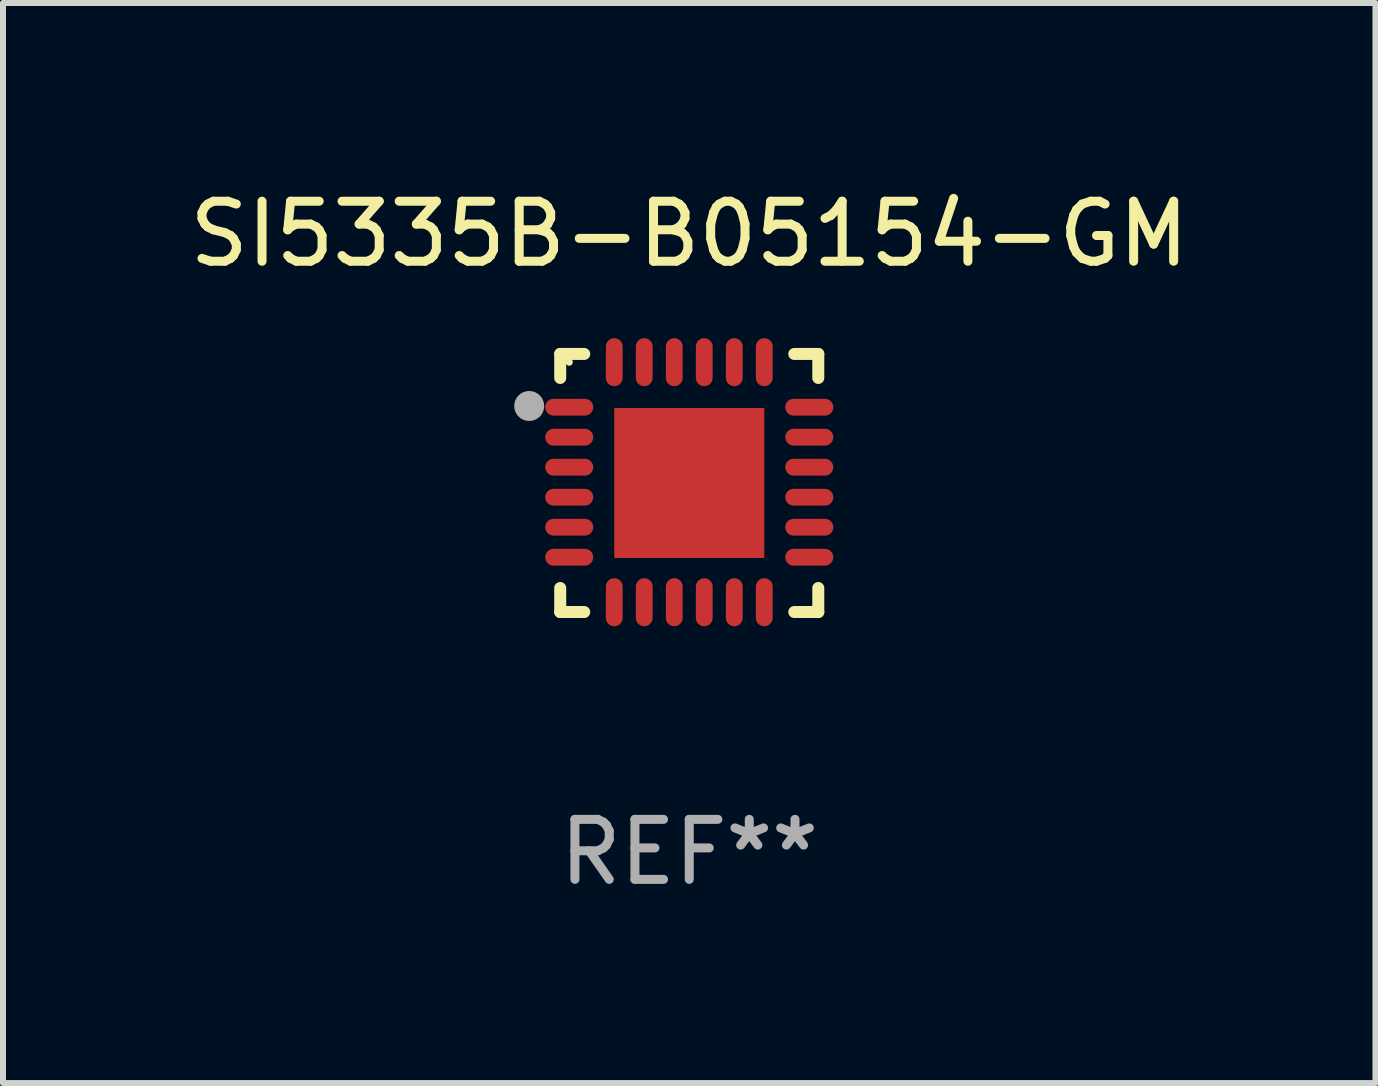
<source format=kicad_pcb>
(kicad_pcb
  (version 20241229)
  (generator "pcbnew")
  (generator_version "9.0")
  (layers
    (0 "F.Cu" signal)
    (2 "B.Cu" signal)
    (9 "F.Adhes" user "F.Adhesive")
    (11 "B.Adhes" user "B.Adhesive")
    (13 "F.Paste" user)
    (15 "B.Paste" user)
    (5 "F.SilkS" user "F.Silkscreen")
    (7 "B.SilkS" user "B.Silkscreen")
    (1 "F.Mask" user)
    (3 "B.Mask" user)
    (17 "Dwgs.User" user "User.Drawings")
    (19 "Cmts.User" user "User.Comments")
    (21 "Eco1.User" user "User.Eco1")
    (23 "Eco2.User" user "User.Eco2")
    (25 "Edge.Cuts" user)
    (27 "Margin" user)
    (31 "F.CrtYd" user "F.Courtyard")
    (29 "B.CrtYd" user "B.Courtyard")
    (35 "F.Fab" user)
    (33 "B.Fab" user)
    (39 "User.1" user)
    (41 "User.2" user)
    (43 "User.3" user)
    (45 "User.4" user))
  (footprint "SI5335B-B05154-GM"
    (layer "F.Cu")
    (at 8.435 4.998)
    (property "Reference" "SI5335B-B05154-GM" (at 0 -4.15 0) (layer "F.SilkS") (effects (font (size 1 1) (thickness 0.15))))
    (attr through_hole)
    (fp_line (start -2.15 -2.15) (end -1.75 -2.15) (stroke (width 0.2) (type solid)) (layer "F.SilkS"))
    (fp_line (start -2.15 -1.75) (end -2.15 -2.15) (stroke (width 0.2) (type solid)) (layer "F.SilkS"))
    (fp_line (start -2.15 2.15) (end -2.15 1.75) (stroke (width 0.2) (type solid)) (layer "F.SilkS"))
    (fp_line (start -1.75 2.15) (end -2.15 2.15) (stroke (width 0.2) (type solid)) (layer "F.SilkS"))
    (fp_line (start 1.75 -2.15) (end 2.15 -2.15) (stroke (width 0.2) (type solid)) (layer "F.SilkS"))
    (fp_line (start 1.75 2.15) (end 2.15 2.15) (stroke (width 0.2) (type solid)) (layer "F.SilkS"))
    (fp_line (start 2.15 -2.15) (end 2.15 -1.75) (stroke (width 0.2) (type solid)) (layer "F.SilkS"))
    (fp_line (start 2.15 2.15) (end 2.15 1.75) (stroke (width 0.2) (type solid)) (layer "F.SilkS"))
    (fp_circle (center -2 -2.013) (end -1.97 -2.013) (stroke (width 0.06) (type solid)) (fill no) (layer "F.SilkS"))
    (fp_circle (center -2.667 -1.283) (end -2.542 -1.283) (stroke (width 0.25) (type solid)) (fill no) (layer "F.Fab"))
    (fp_text user "REF**" (at 0 6.15 0) (layer "F.Fab") (effects (font (size 1 1) (thickness 0.15))))
    (pad "1" smd oval (at -2 -1.263) (size 0.8 0.28) (layers "F.Cu" "F.Mask" "F.Paste"))
    (pad "2" smd oval (at -2 -0.763) (size 0.8 0.28) (layers "F.Cu" "F.Mask" "F.Paste"))
    (pad "3" smd oval (at -2 -0.263) (size 0.8 0.28) (layers "F.Cu" "F.Mask" "F.Paste"))
    (pad "4" smd oval (at -2 0.237) (size 0.8 0.28) (layers "F.Cu" "F.Mask" "F.Paste"))
    (pad "5" smd oval (at -2 0.737) (size 0.8 0.28) (layers "F.Cu" "F.Mask" "F.Paste"))
    (pad "6" smd oval (at -2 1.237) (size 0.8 0.28) (layers "F.Cu" "F.Mask" "F.Paste"))
    (pad "7" smd oval (at -1.25 1.987) (size 0.28 0.8) (layers "F.Cu" "F.Mask" "F.Paste"))
    (pad "8" smd oval (at -0.75 1.987) (size 0.28 0.8) (layers "F.Cu" "F.Mask" "F.Paste"))
    (pad "9" smd oval (at -0.25 1.987) (size 0.28 0.8) (layers "F.Cu" "F.Mask" "F.Paste"))
    (pad "10" smd oval (at 0.25 1.987) (size 0.28 0.8) (layers "F.Cu" "F.Mask" "F.Paste"))
    (pad "11" smd oval (at 0.75 1.987) (size 0.28 0.8) (layers "F.Cu" "F.Mask" "F.Paste"))
    (pad "12" smd oval (at 1.25 1.987) (size 0.28 0.8) (layers "F.Cu" "F.Mask" "F.Paste"))
    (pad "13" smd oval (at 2 1.237) (size 0.8 0.28) (layers "F.Cu" "F.Mask" "F.Paste"))
    (pad "14" smd oval (at 2 0.737) (size 0.8 0.28) (layers "F.Cu" "F.Mask" "F.Paste"))
    (pad "15" smd oval (at 2 0.237) (size 0.8 0.28) (layers "F.Cu" "F.Mask" "F.Paste"))
    (pad "16" smd oval (at 2 -0.263) (size 0.8 0.28) (layers "F.Cu" "F.Mask" "F.Paste"))
    (pad "17" smd oval (at 2 -0.763) (size 0.8 0.28) (layers "F.Cu" "F.Mask" "F.Paste"))
    (pad "18" smd oval (at 2 -1.263) (size 0.8 0.28) (layers "F.Cu" "F.Mask" "F.Paste"))
    (pad "19" smd oval (at 1.25 -2.013) (size 0.28 0.8) (layers "F.Cu" "F.Mask" "F.Paste"))
    (pad "20" smd oval (at 0.75 -2.013) (size 0.28 0.8) (layers "F.Cu" "F.Mask" "F.Paste"))
    (pad "21" smd oval (at 0.25 -2.013) (size 0.28 0.8) (layers "F.Cu" "F.Mask" "F.Paste"))
    (pad "22" smd oval (at -0.25 -2.013) (size 0.28 0.8) (layers "F.Cu" "F.Mask" "F.Paste"))
    (pad "23" smd oval (at -0.75 -2.013) (size 0.28 0.8) (layers "F.Cu" "F.Mask" "F.Paste"))
    (pad "24" smd oval (at -1.25 -2.013) (size 0.28 0.8) (layers "F.Cu" "F.Mask" "F.Paste"))
    (pad "25" smd rect (at -0.000127 -0.00014) (size 2.5 2.5) (layers "F.Cu" "F.Mask" "F.Paste")))
  (gr_rect
    (start -3 -3)
    (end 19.869 14.997)
    (stroke (width 0.1) (type default))
    (fill no)
    (layer "Edge.Cuts")))
</source>
